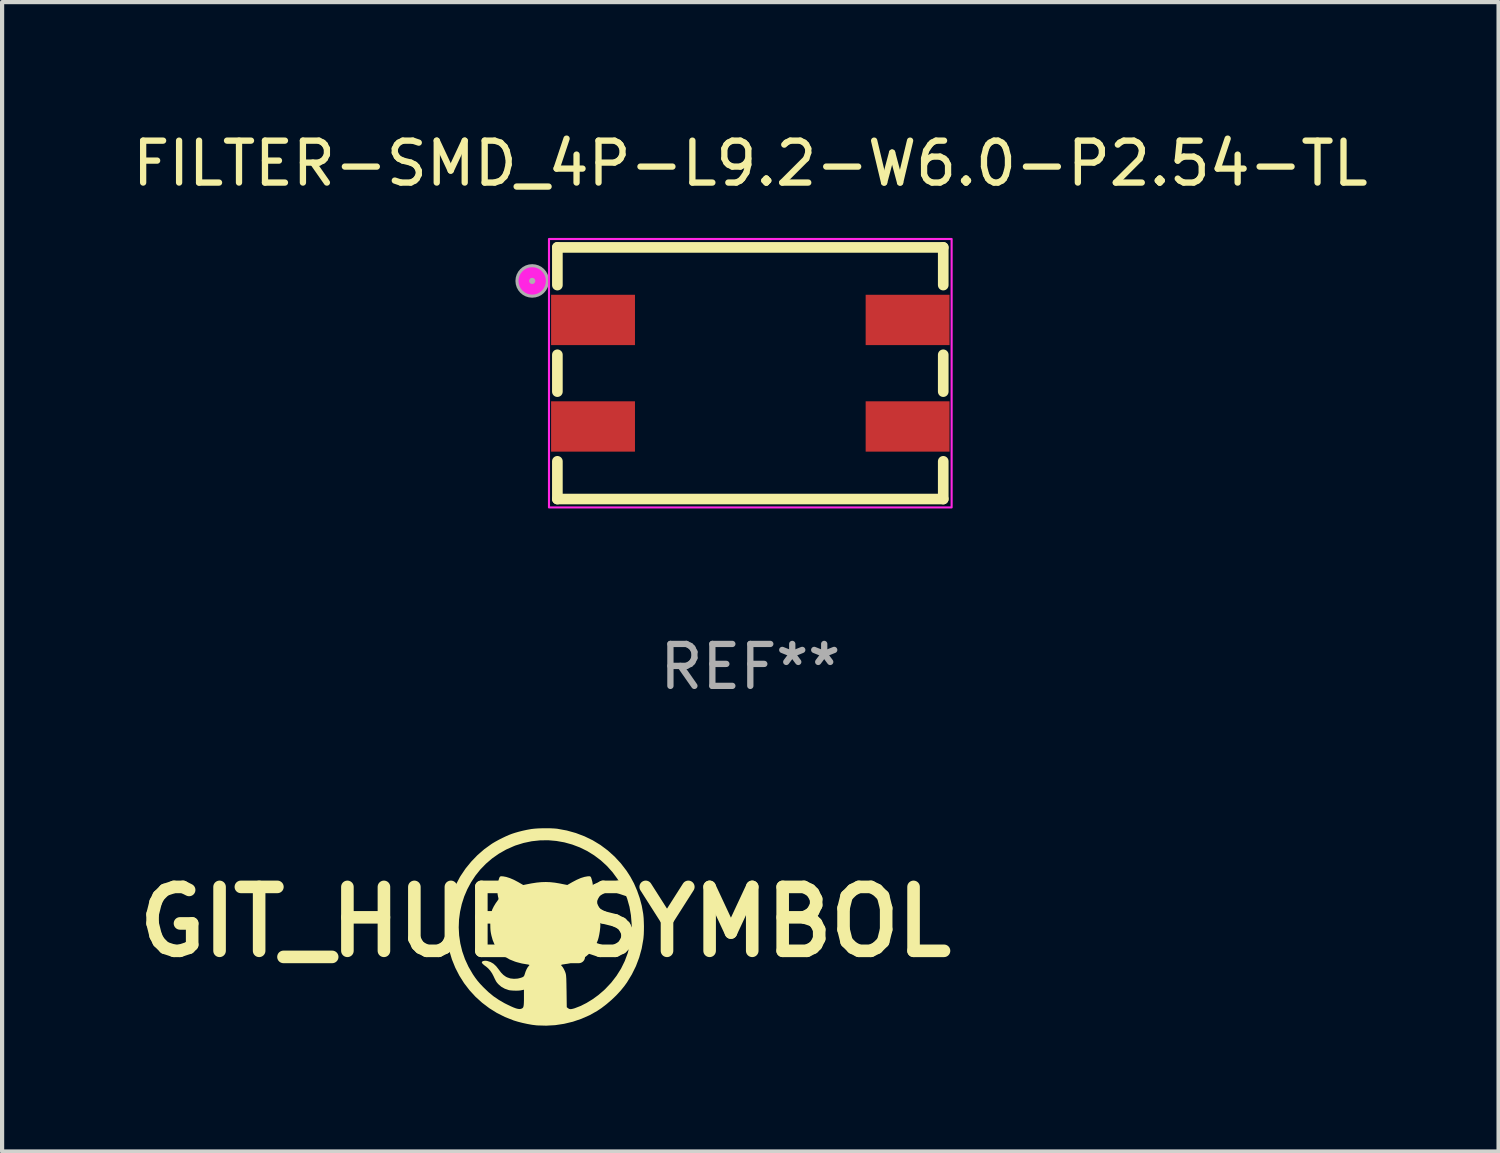
<source format=kicad_pcb>
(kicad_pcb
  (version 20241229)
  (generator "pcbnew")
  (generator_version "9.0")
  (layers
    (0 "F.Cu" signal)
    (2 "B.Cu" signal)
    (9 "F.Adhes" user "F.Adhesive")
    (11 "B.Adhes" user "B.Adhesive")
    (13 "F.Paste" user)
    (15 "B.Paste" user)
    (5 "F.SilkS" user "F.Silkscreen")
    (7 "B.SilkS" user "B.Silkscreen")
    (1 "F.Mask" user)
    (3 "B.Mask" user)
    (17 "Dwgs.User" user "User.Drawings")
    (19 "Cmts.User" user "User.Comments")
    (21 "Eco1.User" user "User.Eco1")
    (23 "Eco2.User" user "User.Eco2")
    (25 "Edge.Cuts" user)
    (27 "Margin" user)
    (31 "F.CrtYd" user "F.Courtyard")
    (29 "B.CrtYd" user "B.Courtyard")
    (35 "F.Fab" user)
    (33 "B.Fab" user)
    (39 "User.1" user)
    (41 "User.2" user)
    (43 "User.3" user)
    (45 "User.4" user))
  (footprint "GIT_HUB_SYMBOL"
    (layer "F.Cu")
    (at 9.95 18.93)
    (property "Reference" "GIT_HUB_SYMBOL" (at 0 0 0) (layer "F.SilkS") (effects (font (size 1.524 1.524) (thickness 0.3))))
    (attr board_only exclude_from_pos_files exclude_from_bom)
    (fp_poly (pts (xy 0.117 -2.232) (xy 0.204 -2.228) (xy 0.276 -2.222) (xy 0.29 -2.22) (xy 0.514 -2.179) (xy 0.729 -2.119) (xy 0.935 -2.041) (xy 1.131 -1.946) (xy 1.317 -1.833) (xy 1.491 -1.703) (xy 1.653 -1.557) (xy 1.802 -1.396) (xy 1.938 -1.219) (xy 2.03 -1.076) (xy 2.115 -0.919) (xy 2.189 -0.748) (xy 2.252 -0.569) (xy 2.301 -0.385) (xy 2.334 -0.202) (xy 2.338 -0.171) (xy 2.346 -0.091) (xy 2.35 0.002) (xy 2.353 0.102) (xy 2.352 0.202) (xy 2.349 0.297) (xy 2.342 0.38) (xy 2.338 0.415) (xy 2.299 0.636) (xy 2.24 0.849) (xy 2.162 1.055) (xy 2.064 1.253) (xy 1.948 1.444) (xy 1.883 1.534) (xy 1.796 1.641) (xy 1.694 1.751) (xy 1.581 1.859) (xy 1.462 1.961) (xy 1.341 2.054) (xy 1.238 2.123) (xy 1.054 2.226) (xy 0.86 2.311) (xy 0.658 2.38) (xy 0.449 2.43) (xy 0.237 2.462) (xy 0.023 2.474) (xy -0.191 2.468) (xy -0.212 2.466) (xy -0.312 2.454) (xy -0.424 2.434) (xy -0.54 2.409) (xy -0.653 2.38) (xy -0.755 2.349) (xy -0.757 2.348) (xy -0.96 2.268) (xy -1.153 2.171) (xy -1.335 2.057) (xy -1.505 1.928) (xy -1.663 1.785) (xy -1.806 1.629) (xy -1.935 1.461) (xy -2.048 1.282) (xy -2.145 1.093) (xy -2.225 0.895) (xy -2.287 0.689) (xy -2.33 0.476) (xy -2.338 0.415) (xy -2.345 0.34) (xy -2.35 0.252) (xy -2.352 0.155) (xy -2.351 0.133) (xy -2.063 0.133) (xy -2.053 0.323) (xy -2.025 0.513) (xy -1.979 0.702) (xy -1.914 0.888) (xy -1.83 1.07) (xy -1.727 1.247) (xy -1.723 1.253) (xy -1.669 1.332) (xy -1.614 1.405) (xy -1.553 1.476) (xy -1.481 1.552) (xy -1.469 1.564) (xy -1.351 1.677) (xy -1.233 1.774) (xy -1.108 1.859) (xy -0.972 1.938) (xy -0.918 1.965) (xy -0.83 2.008) (xy -0.757 2.04) (xy -0.698 2.062) (xy -0.65 2.074) (xy -0.61 2.078) (xy -0.578 2.073) (xy -0.55 2.061) (xy -0.549 2.06) (xy -0.535 2.049) (xy -0.525 2.034) (xy -0.518 2.011) (xy -0.513 1.978) (xy -0.51 1.933) (xy -0.508 1.872) (xy -0.508 1.808) (xy -0.508 1.617) (xy -0.534 1.622) (xy -0.566 1.629) (xy -0.587 1.633) (xy -0.62 1.637) (xy -0.666 1.639) (xy -0.721 1.639) (xy -0.776 1.637) (xy -0.825 1.633) (xy -0.862 1.628) (xy -0.867 1.627) (xy -0.965 1.593) (xy -1.05 1.545) (xy -1.107 1.496) (xy -1.133 1.469) (xy -1.153 1.445) (xy -1.17 1.421) (xy -1.187 1.39) (xy -1.207 1.35) (xy -1.232 1.296) (xy -1.268 1.227) (xy -1.313 1.162) (xy -1.363 1.106) (xy -1.406 1.069) (xy -1.459 1.03) (xy -1.494 0.998) (xy -1.511 0.974) (xy -1.511 0.955) (xy -1.494 0.94) (xy -1.474 0.932) (xy -1.436 0.926) (xy -1.395 0.929) (xy -1.38 0.932) (xy -1.304 0.957) (xy -1.235 0.997) (xy -1.171 1.056) (xy -1.11 1.133) (xy -1.11 1.134) (xy -1.054 1.208) (xy -0.998 1.265) (xy -0.939 1.307) (xy -0.907 1.323) (xy -0.832 1.348) (xy -0.747 1.357) (xy -0.662 1.352) (xy -0.623 1.344) (xy -0.573 1.33) (xy -0.539 1.317) (xy -0.516 1.302) (xy -0.502 1.282) (xy -0.491 1.252) (xy -0.487 1.239) (xy -0.469 1.184) (xy -0.446 1.131) (xy -0.421 1.086) (xy -0.398 1.056) (xy -0.395 1.053) (xy -0.381 1.037) (xy -0.379 1.026) (xy -0.391 1.021) (xy -0.417 1.015) (xy -0.443 1.011) (xy -0.556 0.992) (xy -0.679 0.96) (xy -0.721 0.947) (xy -0.848 0.896) (xy -0.959 0.832) (xy -1.055 0.754) (xy -1.136 0.662) (xy -1.202 0.556) (xy -1.253 0.435) (xy -1.282 0.332) (xy -1.293 0.281) (xy -1.301 0.237) (xy -1.306 0.193) (xy -1.309 0.143) (xy -1.31 0.081) (xy -1.311 0.041) (xy -1.309 -0.061) (xy -1.301 -0.148) (xy -1.286 -0.225) (xy -1.263 -0.297) (xy -1.228 -0.368) (xy -1.182 -0.444) (xy -1.125 -0.524) (xy -1.117 -0.538) (xy -1.115 -0.555) (xy -1.12 -0.581) (xy -1.126 -0.602) (xy -1.136 -0.659) (xy -1.141 -0.73) (xy -1.141 -0.807) (xy -1.135 -0.883) (xy -1.124 -0.951) (xy -1.12 -0.969) (xy -1.106 -1.02) (xy -1.094 -1.055) (xy -1.082 -1.075) (xy -1.067 -1.086) (xy -1.046 -1.088) (xy -1.015 -1.086) (xy -1.007 -1.086) (xy -0.931 -1.072) (xy -0.843 -1.044) (xy -0.747 -1.003) (xy -0.645 -0.949) (xy -0.641 -0.947) (xy -0.524 -0.879) (xy -0.467 -0.891) (xy -0.329 -0.918) (xy -0.206 -0.937) (xy -0.093 -0.948) (xy 0.014 -0.951) (xy 0.121 -0.947) (xy 0.231 -0.935) (xy 0.35 -0.915) (xy 0.393 -0.906) (xy 0.526 -0.88) (xy 0.644 -0.948) (xy 0.749 -1.003) (xy 0.847 -1.046) (xy 0.935 -1.073) (xy 1.007 -1.086) (xy 1.04 -1.088) (xy 1.064 -1.087) (xy 1.08 -1.078) (xy 1.092 -1.06) (xy 1.103 -1.028) (xy 1.116 -0.981) (xy 1.12 -0.969) (xy 1.132 -0.904) (xy 1.14 -0.83) (xy 1.142 -0.752) (xy 1.138 -0.679) (xy 1.129 -0.616) (xy 1.125 -0.602) (xy 1.117 -0.568) (xy 1.115 -0.547) (xy 1.12 -0.532) (xy 1.125 -0.524) (xy 1.139 -0.505) (xy 1.16 -0.475) (xy 1.182 -0.446) (xy 1.235 -0.355) (xy 1.276 -0.25) (xy 1.302 -0.134) (xy 1.315 -0.009) (xy 1.312 0.123) (xy 1.301 0.221) (xy 1.287 0.304) (xy 1.272 0.373) (xy 1.255 0.433) (xy 1.232 0.49) (xy 1.205 0.547) (xy 1.142 0.652) (xy 1.062 0.745) (xy 0.968 0.826) (xy 0.862 0.891) (xy 0.855 0.894) (xy 0.788 0.923) (xy 0.706 0.951) (xy 0.617 0.977) (xy 0.528 0.997) (xy 0.445 1.011) (xy 0.443 1.011) (xy 0.403 1.017) (xy 0.382 1.025) (xy 0.379 1.035) (xy 0.39 1.048) (xy 0.416 1.078) (xy 0.443 1.123) (xy 0.469 1.178) (xy 0.479 1.204) (xy 0.485 1.222) (xy 0.49 1.241) (xy 0.494 1.261) (xy 0.497 1.286) (xy 0.499 1.318) (xy 0.502 1.359) (xy 0.503 1.413) (xy 0.505 1.48) (xy 0.506 1.563) (xy 0.508 1.652) (xy 0.513 2.034) (xy 0.538 2.054) (xy 0.565 2.072) (xy 0.593 2.08) (xy 0.628 2.078) (xy 0.674 2.067) (xy 0.701 2.059) (xy 0.841 2.005) (xy 0.984 1.933) (xy 1.126 1.846) (xy 1.264 1.746) (xy 1.395 1.634) (xy 1.429 1.602) (xy 1.573 1.449) (xy 1.699 1.286) (xy 1.807 1.114) (xy 1.896 0.933) (xy 1.966 0.745) (xy 2.017 0.549) (xy 2.049 0.348) (xy 2.061 0.141) (xy 2.06 0.052) (xy 2.043 -0.158) (xy 2.008 -0.36) (xy 1.953 -0.554) (xy 1.88 -0.74) (xy 1.786 -0.92) (xy 1.724 -1.021) (xy 1.604 -1.185) (xy 1.47 -1.334) (xy 1.324 -1.468) (xy 1.167 -1.586) (xy 1.001 -1.689) (xy 0.826 -1.775) (xy 0.644 -1.844) (xy 0.457 -1.896) (xy 0.265 -1.93) (xy 0.07 -1.947) (xy -0.126 -1.944) (xy -0.322 -1.923) (xy -0.517 -1.882) (xy -0.71 -1.822) (xy -0.745 -1.808) (xy -0.932 -1.725) (xy -1.106 -1.626) (xy -1.267 -1.513) (xy -1.414 -1.387) (xy -1.548 -1.249) (xy -1.666 -1.101) (xy -1.77 -0.943) (xy -1.859 -0.777) (xy -1.933 -0.604) (xy -1.99 -0.426) (xy -2.031 -0.242) (xy -2.056 -0.056) (xy -2.063 0.133) (xy -2.351 0.133) (xy -2.351 0.055) (xy -2.348 -0.042) (xy -2.342 -0.133) (xy -2.335 -0.212) (xy -2.329 -0.254) (xy -2.281 -0.473) (xy -2.215 -0.683) (xy -2.133 -0.883) (xy -2.034 -1.071) (xy -2.017 -1.098) (xy -1.9 -1.272) (xy -1.765 -1.437) (xy -1.617 -1.591) (xy -1.456 -1.731) (xy -1.286 -1.854) (xy -1.249 -1.878) (xy -1.182 -1.917) (xy -1.104 -1.96) (xy -1.02 -2.002) (xy -0.936 -2.042) (xy -0.858 -2.076) (xy -0.798 -2.099) (xy -0.722 -2.124) (xy -0.631 -2.15) (xy -0.535 -2.174) (xy -0.438 -2.195) (xy -0.35 -2.211) (xy -0.326 -2.215) (xy -0.254 -2.223) (xy -0.168 -2.229) (xy -0.074 -2.232) (xy 0.023 -2.233)) (stroke (width 0) (type solid)) (fill yes) (layer "F.SilkS")))
  (footprint "FILTER-SMD_4P-L9.2-W6.0-P2.54-TL"
    (layer "F.Cu")
    (at 14.839 5.848)
    (property "Reference" "FILTER-SMD_4P-L9.2-W6.0-P2.54-TL" (at 0 -5 0) (layer "F.SilkS") (effects (font (size 1 1) (thickness 0.15))))
    (attr through_hole)
    (fp_line (start -4.6 -3) (end 4.6 -3) (stroke (width 0.254) (type solid)) (layer "F.SilkS"))
    (fp_line (start -4.6 -2.101) (end -4.6 -3) (stroke (width 0.254) (type solid)) (layer "F.SilkS"))
    (fp_line (start -4.6 0.439) (end -4.6 -0.439) (stroke (width 0.254) (type solid)) (layer "F.SilkS"))
    (fp_line (start -4.6 3) (end -4.6 2.101) (stroke (width 0.254) (type solid)) (layer "F.SilkS"))
    (fp_line (start 4.6 -3) (end 4.6 -2.101) (stroke (width 0.254) (type solid)) (layer "F.SilkS"))
    (fp_line (start 4.6 -0.439) (end 4.6 0.439) (stroke (width 0.254) (type solid)) (layer "F.SilkS"))
    (fp_line (start 4.6 2.101) (end 4.6 3) (stroke (width 0.254) (type solid)) (layer "F.SilkS"))
    (fp_line (start 4.6 3) (end -4.6 3) (stroke (width 0.254) (type solid)) (layer "F.SilkS"))
    (fp_circle (center -5.2 -2.2) (end -5 -2.2) (stroke (width 0.254) (type solid)) (fill no) (layer "F.SilkS"))
    (fp_circle (center -4.6 -3) (end -4.57 -3) (stroke (width 0.06) (type solid)) (fill no) (layer "F.SilkS"))
    (fp_rect (start -4.8 -3.2) (end 4.8 3.2) (stroke (width 0.05) (type solid)) (fill no) (layer "F.CrtYd"))
    (fp_circle (center -5.2 -2.2) (end -5 -2.2) (stroke (width 0.254) (type solid)) (fill no) (layer "F.CrtYd"))
    (fp_circle (center -5.2 -2.2) (end -5 -2.2) (stroke (width 0.4) (type solid)) (fill no) (layer "F.Fab"))
    (fp_text user "REF**" (at 0 7 0) (layer "F.Fab") (effects (font (size 1 1) (thickness 0.15))))
    (pad "1" smd rect (at -3.75 -1.27) (size 2 1.2) (layers "F.Cu" "F.Mask" "F.Paste"))
    (pad "2" smd rect (at -3.75 1.27) (size 2 1.2) (layers "F.Cu" "F.Mask" "F.Paste"))
    (pad "3" smd rect (at 3.75 1.27) (size 2 1.2) (layers "F.Cu" "F.Mask" "F.Paste"))
    (pad "4" smd rect (at 3.75 -1.27) (size 2 1.2) (layers "F.Cu" "F.Mask" "F.Paste")))
  (gr_rect
    (start -3 -3)
    (end 32.679 24.404)
    (stroke (width 0.1) (type default))
    (fill no)
    (layer "Edge.Cuts")))
</source>
